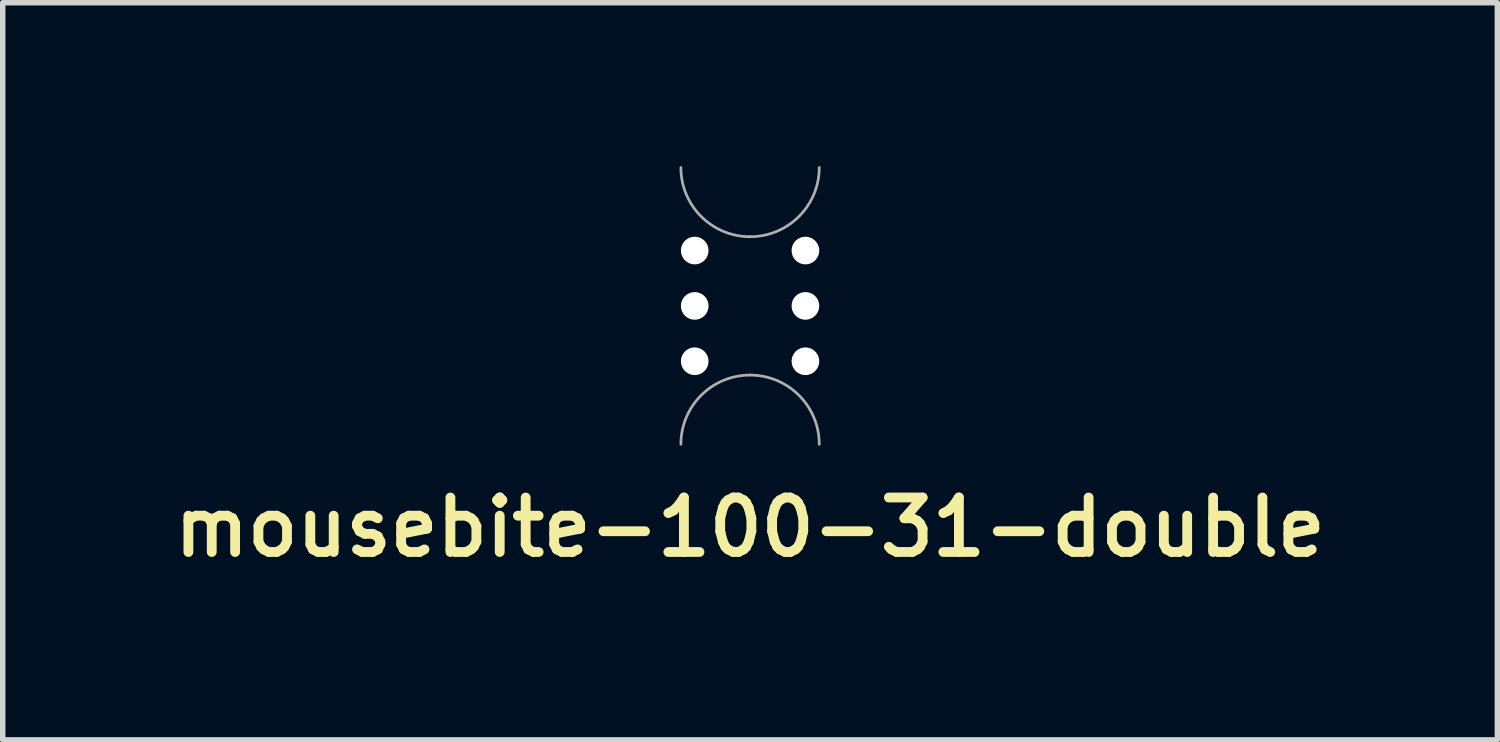
<source format=kicad_pcb>
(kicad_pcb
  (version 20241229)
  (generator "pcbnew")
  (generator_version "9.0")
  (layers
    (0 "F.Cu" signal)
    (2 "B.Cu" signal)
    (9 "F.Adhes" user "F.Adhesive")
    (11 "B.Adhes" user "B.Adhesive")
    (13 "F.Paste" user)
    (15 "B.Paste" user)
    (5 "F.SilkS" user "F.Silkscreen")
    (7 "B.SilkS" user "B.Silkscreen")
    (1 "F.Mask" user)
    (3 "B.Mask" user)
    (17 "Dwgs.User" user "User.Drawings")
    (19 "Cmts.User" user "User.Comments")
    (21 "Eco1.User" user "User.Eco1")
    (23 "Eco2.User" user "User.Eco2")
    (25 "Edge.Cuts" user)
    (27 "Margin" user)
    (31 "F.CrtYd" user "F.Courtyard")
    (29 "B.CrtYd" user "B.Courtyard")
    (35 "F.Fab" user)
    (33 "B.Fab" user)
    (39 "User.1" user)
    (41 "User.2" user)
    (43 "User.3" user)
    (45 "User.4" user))
  (footprint "mousebite-100-31-double"
    (layer "F.Cu")
    (at 10.718 2.565)
    (property "Reference" "mousebite-100-31-double" (at 0 4.064 0) (layer "F.SilkS") (effects (font (size 1 1) (thickness 0.18))))
    (attr through_hole)
    (fp_arc (start -1.27 2.54) (mid -0.898026 1.641974) (end 0 1.27) (stroke (width 0.05) (type solid)) (layer "F.Fab"))
    (fp_arc (start 0 -1.27) (mid -0.898026 -1.641974) (end -1.27 -2.54) (stroke (width 0.05) (type solid)) (layer "F.Fab"))
    (fp_arc (start 0 1.27) (mid 0.898026 1.641974) (end 1.27 2.54) (stroke (width 0.05) (type solid)) (layer "F.Fab"))
    (fp_arc (start 1.27 -2.54) (mid 0.898026 -1.641974) (end 0 -1.27) (stroke (width 0.05) (type solid)) (layer "F.Fab"))
    (pad "" np_thru_hole circle (at -1.016 -1.016) (size 0.508 0.508) (drill 0.508) (layers "*.Cu"))
    (pad "" np_thru_hole circle (at -1.016 0) (size 0.508 0.508) (drill 0.508) (layers "*.Cu"))
    (pad "" np_thru_hole circle (at -1.016 1.016) (size 0.508 0.508) (drill 0.508) (layers "*.Cu"))
    (pad "" np_thru_hole circle (at 1.016 -1.016) (size 0.508 0.508) (drill 0.508) (layers "*.Cu"))
    (pad "" np_thru_hole circle (at 1.016 0) (size 0.508 0.508) (drill 0.508) (layers "*.Cu"))
    (pad "" np_thru_hole circle (at 1.016 1.016) (size 0.508 0.508) (drill 0.508) (layers "*.Cu")))
  (gr_rect
    (start -3 -3)
    (end 24.435 10.53)
    (stroke (width 0.1) (type default))
    (fill no)
    (layer "Edge.Cuts")))
</source>
